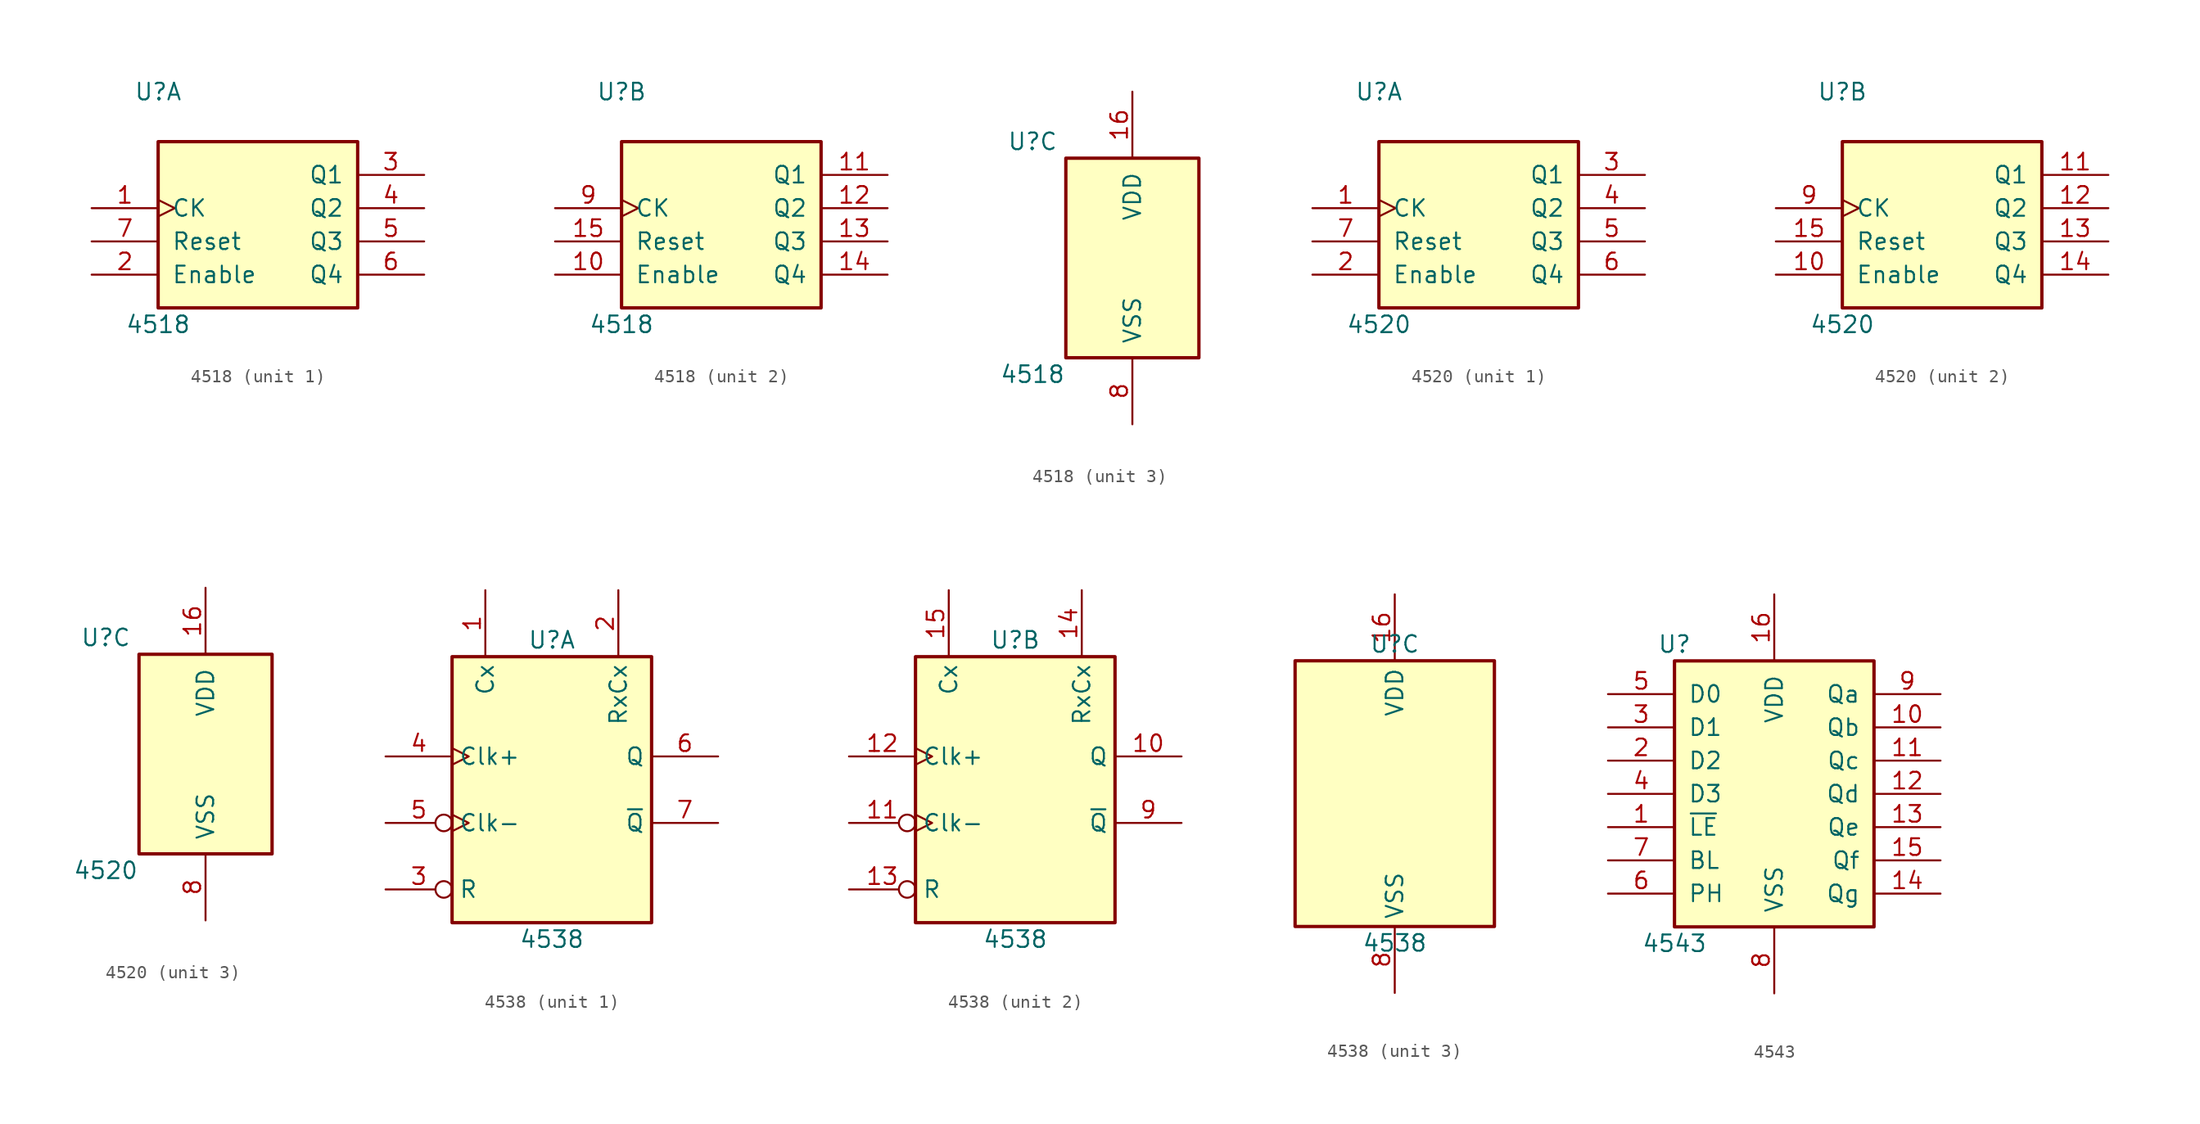
<source format=kicad_sym>
(kicad_symbol_lib
  (version 20201005)
  (generator kicad_symbol_editor)
  (symbol "4xxx:4518"
    (pin_names
      (offset 1.016))
    (property "Reference" "U"
      (at -7.62 8.89 0)
      (effects (font (size 1.27 1.27))))
    (property "Value" "4518"
      (at -7.62 -8.89 0)
      (effects (font (size 1.27 1.27))))
    (property "ki_locked" ""
      (at 0 0 0)
      (effects (font (size 1.27 1.27))))
    (symbol "4518_1_0"
      (pin input clock (at -12.7 0 0) (length 5.08) (name "CK" (effects (font (size 1.27 1.27)))) (number "1" (effects (font (size 1.27 1.27)))))
      (pin input line (at -12.7 -5.08 0) (length 5.08) (name "Enable" (effects (font (size 1.27 1.27)))) (number "2" (effects (font (size 1.27 1.27)))))
      (pin output line (at 12.7 2.54 180) (length 5.08) (name "Q1" (effects (font (size 1.27 1.27)))) (number "3" (effects (font (size 1.27 1.27)))))
      (pin output line (at 12.7 0 180) (length 5.08) (name "Q2" (effects (font (size 1.27 1.27)))) (number "4" (effects (font (size 1.27 1.27)))))
      (pin output line (at 12.7 -2.54 180) (length 5.08) (name "Q3" (effects (font (size 1.27 1.27)))) (number "5" (effects (font (size 1.27 1.27)))))
      (pin output line (at 12.7 -5.08 180) (length 5.08) (name "Q4" (effects (font (size 1.27 1.27)))) (number "6" (effects (font (size 1.27 1.27)))))
      (pin input line (at -12.7 -2.54 0) (length 5.08) (name "Reset" (effects (font (size 1.27 1.27)))) (number "7" (effects (font (size 1.27 1.27))))))
    (symbol "4518_1_1"
      (rectangle (start -7.62 5.08) (end 7.62 -7.62) (stroke (width 0.254)) (fill (type background))))
    (symbol "4518_2_0"
      (pin input line (at -12.7 -5.08 0) (length 5.08) (name "Enable" (effects (font (size 1.27 1.27)))) (number "10" (effects (font (size 1.27 1.27)))))
      (pin output line (at 12.7 2.54 180) (length 5.08) (name "Q1" (effects (font (size 1.27 1.27)))) (number "11" (effects (font (size 1.27 1.27)))))
      (pin output line (at 12.7 0 180) (length 5.08) (name "Q2" (effects (font (size 1.27 1.27)))) (number "12" (effects (font (size 1.27 1.27)))))
      (pin output line (at 12.7 -2.54 180) (length 5.08) (name "Q3" (effects (font (size 1.27 1.27)))) (number "13" (effects (font (size 1.27 1.27)))))
      (pin output line (at 12.7 -5.08 180) (length 5.08) (name "Q4" (effects (font (size 1.27 1.27)))) (number "14" (effects (font (size 1.27 1.27)))))
      (pin input line (at -12.7 -2.54 0) (length 5.08) (name "Reset" (effects (font (size 1.27 1.27)))) (number "15" (effects (font (size 1.27 1.27)))))
      (pin input clock (at -12.7 0 0) (length 5.08) (name "CK" (effects (font (size 1.27 1.27)))) (number "9" (effects (font (size 1.27 1.27))))))
    (symbol "4518_2_1"
      (rectangle (start -7.62 5.08) (end 7.62 -7.62) (stroke (width 0.254)) (fill (type background))))
    (symbol "4518_3_0"
      (pin power_in line (at 0 12.7 270) (length 5.08) (name "VDD" (effects (font (size 1.27 1.27)))) (number "16" (effects (font (size 1.27 1.27)))))
      (pin power_in line (at 0 -12.7 90) (length 5.08) (name "VSS" (effects (font (size 1.27 1.27)))) (number "8" (effects (font (size 1.27 1.27))))))
    (symbol "4518_3_1"
      (rectangle (start -5.08 7.62) (end 5.08 -7.62) (stroke (width 0.254)) (fill (type background)))))
  (symbol "4xxx:4520"
    (pin_names
      (offset 1.016))
    (property "Reference" "U"
      (at -7.62 8.89 0)
      (effects (font (size 1.27 1.27))))
    (property "Value" "4520"
      (at -7.62 -8.89 0)
      (effects (font (size 1.27 1.27))))
    (property "ki_locked" ""
      (at 0 0 0)
      (effects (font (size 1.27 1.27))))
    (symbol "4520_1_0"
      (pin input clock (at -12.7 0 0) (length 5.08) (name "CK" (effects (font (size 1.27 1.27)))) (number "1" (effects (font (size 1.27 1.27)))))
      (pin input line (at -12.7 -5.08 0) (length 5.08) (name "Enable" (effects (font (size 1.27 1.27)))) (number "2" (effects (font (size 1.27 1.27)))))
      (pin output line (at 12.7 2.54 180) (length 5.08) (name "Q1" (effects (font (size 1.27 1.27)))) (number "3" (effects (font (size 1.27 1.27)))))
      (pin output line (at 12.7 0 180) (length 5.08) (name "Q2" (effects (font (size 1.27 1.27)))) (number "4" (effects (font (size 1.27 1.27)))))
      (pin output line (at 12.7 -2.54 180) (length 5.08) (name "Q3" (effects (font (size 1.27 1.27)))) (number "5" (effects (font (size 1.27 1.27)))))
      (pin output line (at 12.7 -5.08 180) (length 5.08) (name "Q4" (effects (font (size 1.27 1.27)))) (number "6" (effects (font (size 1.27 1.27)))))
      (pin input line (at -12.7 -2.54 0) (length 5.08) (name "Reset" (effects (font (size 1.27 1.27)))) (number "7" (effects (font (size 1.27 1.27))))))
    (symbol "4520_1_1"
      (rectangle (start -7.62 5.08) (end 7.62 -7.62) (stroke (width 0.254)) (fill (type background))))
    (symbol "4520_2_0"
      (pin input line (at -12.7 -5.08 0) (length 5.08) (name "Enable" (effects (font (size 1.27 1.27)))) (number "10" (effects (font (size 1.27 1.27)))))
      (pin output line (at 12.7 2.54 180) (length 5.08) (name "Q1" (effects (font (size 1.27 1.27)))) (number "11" (effects (font (size 1.27 1.27)))))
      (pin output line (at 12.7 0 180) (length 5.08) (name "Q2" (effects (font (size 1.27 1.27)))) (number "12" (effects (font (size 1.27 1.27)))))
      (pin output line (at 12.7 -2.54 180) (length 5.08) (name "Q3" (effects (font (size 1.27 1.27)))) (number "13" (effects (font (size 1.27 1.27)))))
      (pin output line (at 12.7 -5.08 180) (length 5.08) (name "Q4" (effects (font (size 1.27 1.27)))) (number "14" (effects (font (size 1.27 1.27)))))
      (pin input line (at -12.7 -2.54 0) (length 5.08) (name "Reset" (effects (font (size 1.27 1.27)))) (number "15" (effects (font (size 1.27 1.27)))))
      (pin input clock (at -12.7 0 0) (length 5.08) (name "CK" (effects (font (size 1.27 1.27)))) (number "9" (effects (font (size 1.27 1.27))))))
    (symbol "4520_2_1"
      (rectangle (start -7.62 5.08) (end 7.62 -7.62) (stroke (width 0.254)) (fill (type background))))
    (symbol "4520_3_0"
      (pin power_in line (at 0 12.7 270) (length 5.08) (name "VDD" (effects (font (size 1.27 1.27)))) (number "16" (effects (font (size 1.27 1.27)))))
      (pin power_in line (at 0 -12.7 90) (length 5.08) (name "VSS" (effects (font (size 1.27 1.27)))) (number "8" (effects (font (size 1.27 1.27))))))
    (symbol "4520_3_1"
      (rectangle (start -5.08 7.62) (end 5.08 -7.62) (stroke (width 0.254)) (fill (type background)))))
  (symbol "4xxx:4538"
    (property "Reference" "U"
      (at 0 11.43 0)
      (effects (font (size 1.27 1.27))))
    (property "Value" "4538"
      (at 0 -11.43 0)
      (effects (font (size 1.27 1.27))))
    (property "ki_locked" ""
      (at 0 0 0)
      (effects (font (size 1.27 1.27))))
    (symbol "4538_1_0"
      (pin input line (at -5.08 15.24 270) (length 5.08) (name "Cx" (effects (font (size 1.27 1.27)))) (number "1" (effects (font (size 1.27 1.27)))))
      (pin input line (at 5.08 15.24 270) (length 5.08) (name "RxCx" (effects (font (size 1.27 1.27)))) (number "2" (effects (font (size 1.27 1.27)))))
      (pin input inverted (at -12.7 -7.62 0) (length 5.08) (name "R" (effects (font (size 1.27 1.27)))) (number "3" (effects (font (size 1.27 1.27)))))
      (pin input clock (at -12.7 2.54 0) (length 5.08) (name "Clk+" (effects (font (size 1.27 1.27)))) (number "4" (effects (font (size 1.27 1.27)))))
      (pin input inverted_clock (at -12.7 -2.54 0) (length 5.08) (name "Clk-" (effects (font (size 1.27 1.27)))) (number "5" (effects (font (size 1.27 1.27)))))
      (pin output line (at 12.7 2.54 180) (length 5.08) (name "Q" (effects (font (size 1.27 1.27)))) (number "6" (effects (font (size 1.27 1.27)))))
      (pin output line (at 12.7 -2.54 180) (length 5.08) (name "~Q" (effects (font (size 1.27 1.27)))) (number "7" (effects (font (size 1.27 1.27))))))
    (symbol "4538_1_1"
      (rectangle (start -7.62 10.16) (end 7.62 -10.16) (stroke (width 0.254)) (fill (type background))))
    (symbol "4538_2_0"
      (pin output line (at 12.7 2.54 180) (length 5.08) (name "Q" (effects (font (size 1.27 1.27)))) (number "10" (effects (font (size 1.27 1.27)))))
      (pin input inverted_clock (at -12.7 -2.54 0) (length 5.08) (name "Clk-" (effects (font (size 1.27 1.27)))) (number "11" (effects (font (size 1.27 1.27)))))
      (pin input clock (at -12.7 2.54 0) (length 5.08) (name "Clk+" (effects (font (size 1.27 1.27)))) (number "12" (effects (font (size 1.27 1.27)))))
      (pin input inverted (at -12.7 -7.62 0) (length 5.08) (name "R" (effects (font (size 1.27 1.27)))) (number "13" (effects (font (size 1.27 1.27)))))
      (pin input line (at 5.08 15.24 270) (length 5.08) (name "RxCx" (effects (font (size 1.27 1.27)))) (number "14" (effects (font (size 1.27 1.27)))))
      (pin input line (at -5.08 15.24 270) (length 5.08) (name "Cx" (effects (font (size 1.27 1.27)))) (number "15" (effects (font (size 1.27 1.27)))))
      (pin output line (at 12.7 -2.54 180) (length 5.08) (name "~Q" (effects (font (size 1.27 1.27)))) (number "9" (effects (font (size 1.27 1.27))))))
    (symbol "4538_2_1"
      (rectangle (start -7.62 10.16) (end 7.62 -10.16) (stroke (width 0.254)) (fill (type background))))
    (symbol "4538_3_0"
      (pin power_in line (at 0 15.24 270) (length 5.08) (name "VDD" (effects (font (size 1.27 1.27)))) (number "16" (effects (font (size 1.27 1.27)))))
      (pin power_in line (at 0 -15.24 90) (length 5.08) (name "VSS" (effects (font (size 1.27 1.27)))) (number "8" (effects (font (size 1.27 1.27))))))
    (symbol "4538_3_1"
      (rectangle (start -7.62 10.16) (end 7.62 -10.16) (stroke (width 0.254)) (fill (type background)))))
  (symbol "4xxx:4543"
    (pin_names
      (offset 1.016))
    (property "Reference" "U"
      (at -7.62 11.43 0)
      (effects (font (size 1.27 1.27))))
    (property "Value" "4543"
      (at -7.62 -11.43 0)
      (effects (font (size 1.27 1.27))))
    (property "ki_locked" ""
      (at 0 0 0)
      (effects (font (size 1.27 1.27))))
    (symbol "4543_1_0"
      (pin input line (at -12.7 -2.54 0) (length 5.08) (name "~LE" (effects (font (size 1.27 1.27)))) (number "1" (effects (font (size 1.27 1.27)))))
      (pin output line (at 12.7 5.08 180) (length 5.08) (name "Qb" (effects (font (size 1.27 1.27)))) (number "10" (effects (font (size 1.27 1.27)))))
      (pin output line (at 12.7 2.54 180) (length 5.08) (name "Qc" (effects (font (size 1.27 1.27)))) (number "11" (effects (font (size 1.27 1.27)))))
      (pin output line (at 12.7 0 180) (length 5.08) (name "Qd" (effects (font (size 1.27 1.27)))) (number "12" (effects (font (size 1.27 1.27)))))
      (pin output line (at 12.7 -2.54 180) (length 5.08) (name "Qe" (effects (font (size 1.27 1.27)))) (number "13" (effects (font (size 1.27 1.27)))))
      (pin output line (at 12.7 -7.62 180) (length 5.08) (name "Qg" (effects (font (size 1.27 1.27)))) (number "14" (effects (font (size 1.27 1.27)))))
      (pin output line (at 12.7 -5.08 180) (length 5.08) (name "Qf" (effects (font (size 1.27 1.27)))) (number "15" (effects (font (size 1.27 1.27)))))
      (pin power_in line (at 0 15.24 270) (length 5.08) (name "VDD" (effects (font (size 1.27 1.27)))) (number "16" (effects (font (size 1.27 1.27)))))
      (pin input line (at -12.7 2.54 0) (length 5.08) (name "D2" (effects (font (size 1.27 1.27)))) (number "2" (effects (font (size 1.27 1.27)))))
      (pin input line (at -12.7 5.08 0) (length 5.08) (name "D1" (effects (font (size 1.27 1.27)))) (number "3" (effects (font (size 1.27 1.27)))))
      (pin input line (at -12.7 0 0) (length 5.08) (name "D3" (effects (font (size 1.27 1.27)))) (number "4" (effects (font (size 1.27 1.27)))))
      (pin input line (at -12.7 7.62 0) (length 5.08) (name "D0" (effects (font (size 1.27 1.27)))) (number "5" (effects (font (size 1.27 1.27)))))
      (pin input line (at -12.7 -7.62 0) (length 5.08) (name "PH" (effects (font (size 1.27 1.27)))) (number "6" (effects (font (size 1.27 1.27)))))
      (pin input line (at -12.7 -5.08 0) (length 5.08) (name "BL" (effects (font (size 1.27 1.27)))) (number "7" (effects (font (size 1.27 1.27)))))
      (pin power_in line (at 0 -15.24 90) (length 5.08) (name "VSS" (effects (font (size 1.27 1.27)))) (number "8" (effects (font (size 1.27 1.27)))))
      (pin output line (at 12.7 7.62 180) (length 5.08) (name "Qa" (effects (font (size 1.27 1.27)))) (number "9" (effects (font (size 1.27 1.27))))))
    (symbol "4543_1_1"
      (rectangle (start -7.62 10.16) (end 7.62 -10.16) (stroke (width 0.254)) (fill (type background))))))
</source>
